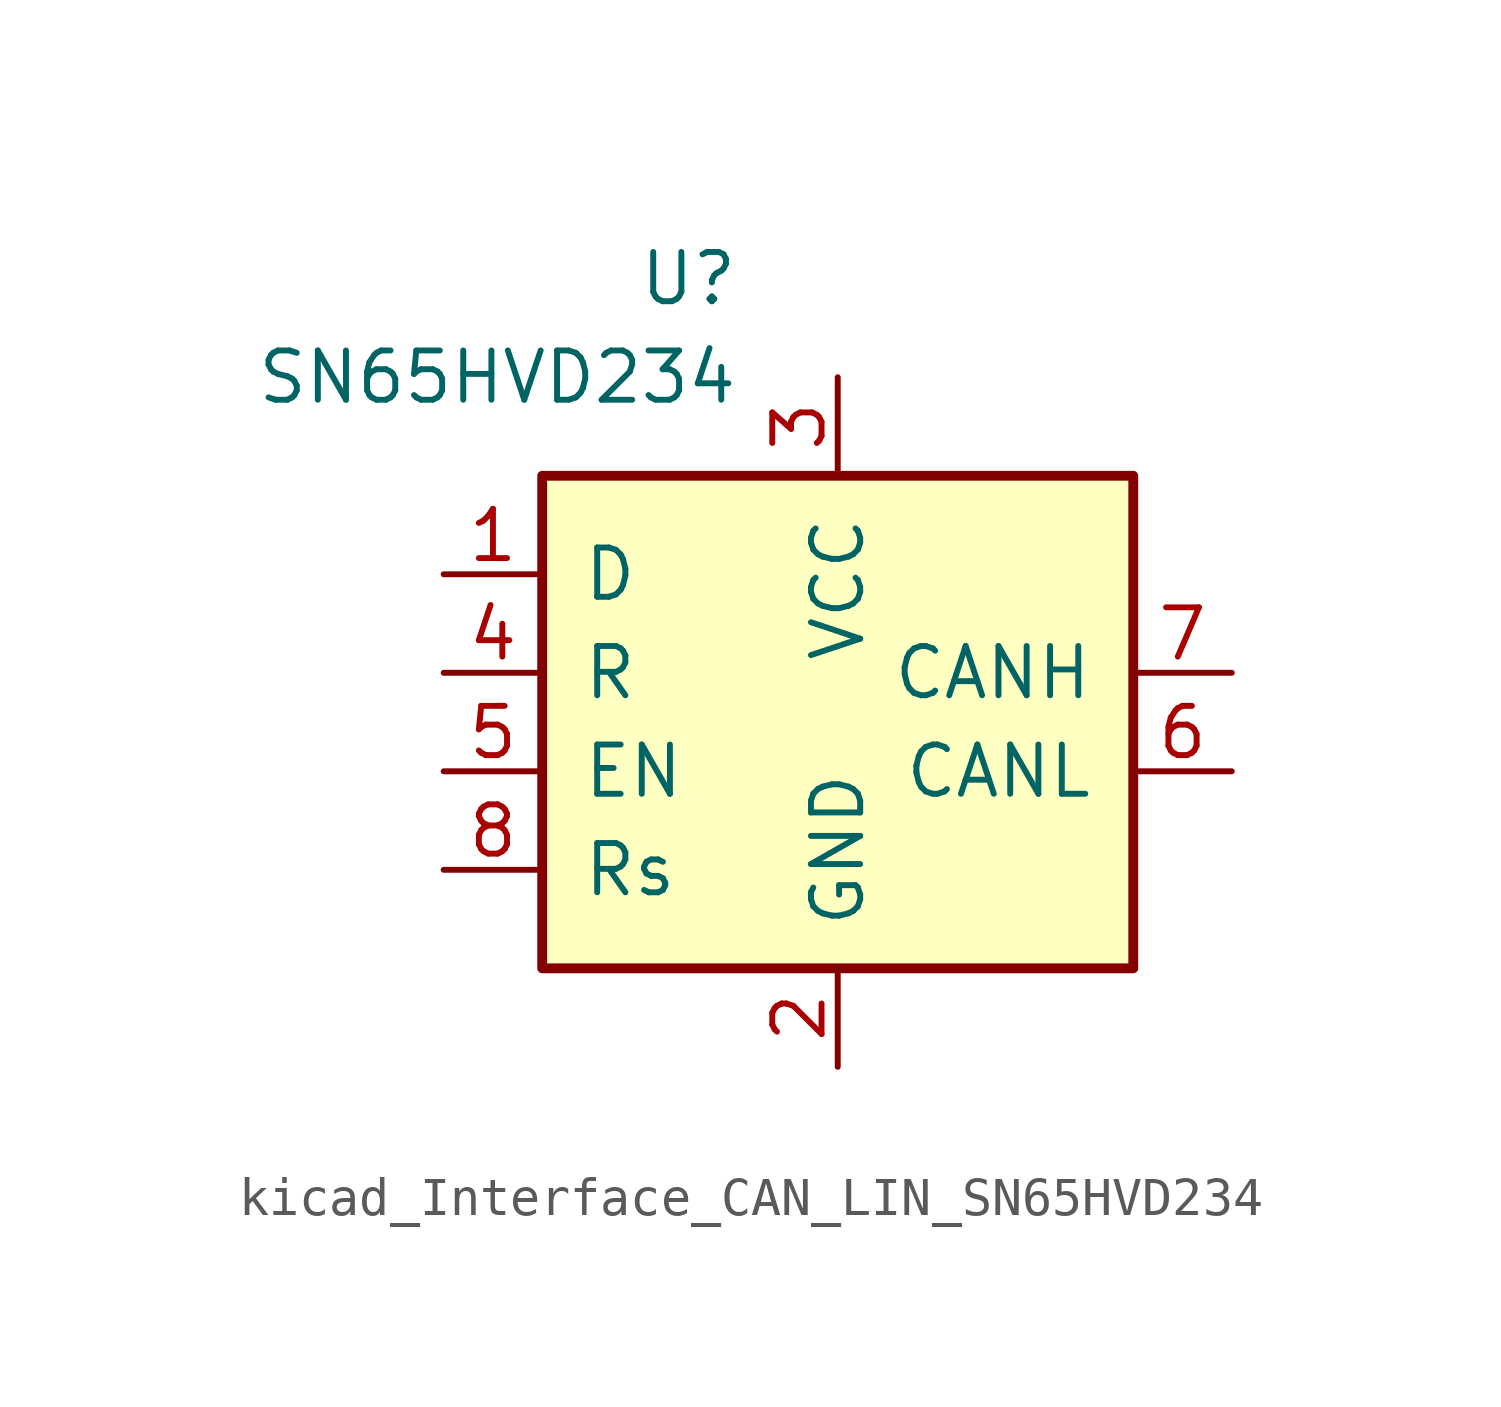
<source format=kicad_sym>
(kicad_symbol_lib
  (version 20220914)
  (generator kicad_symbol_editor)
  (symbol "kicad_Interface_CAN_LIN_SN65HVD234"
    (pin_names
      (offset 1.016))
    (property "Reference" "U"
      (at -2.54 10.16 0)
      (effects (font (size 1.27 1.27)) (justify right)))
    (property "Value" "SN65HVD234"
      (at -2.54 7.62 0)
      (effects (font (size 1.27 1.27)) (justify right)))
    (symbol "kicad_Interface_CAN_LIN_SN65HVD234_0_1"
      (rectangle (start -7.62 5.08) (end 7.62 -7.62) (stroke (width 0.254) (type default)) (fill (type background))))
    (symbol "kicad_Interface_CAN_LIN_SN65HVD234_1_1"
      (pin input line (at -10.16 2.54 0) (length 2.54) (name "D" (effects (font (size 1.27 1.27)))) (number "1" (effects (font (size 1.27 1.27)))))
      (pin power_in line (at 0 -10.16 90) (length 2.54) (name "GND" (effects (font (size 1.27 1.27)))) (number "2" (effects (font (size 1.27 1.27)))))
      (pin power_in line (at 0 7.62 270) (length 2.54) (name "VCC" (effects (font (size 1.27 1.27)))) (number "3" (effects (font (size 1.27 1.27)))))
      (pin output line (at -10.16 0 0) (length 2.54) (name "R" (effects (font (size 1.27 1.27)))) (number "4" (effects (font (size 1.27 1.27)))))
      (pin input line (at -10.16 -2.54 0) (length 2.54) (name "EN" (effects (font (size 1.27 1.27)))) (number "5" (effects (font (size 1.27 1.27)))))
      (pin bidirectional line (at 10.16 -2.54 180) (length 2.54) (name "CANL" (effects (font (size 1.27 1.27)))) (number "6" (effects (font (size 1.27 1.27)))))
      (pin bidirectional line (at 10.16 0 180) (length 2.54) (name "CANH" (effects (font (size 1.27 1.27)))) (number "7" (effects (font (size 1.27 1.27)))))
      (pin input line (at -10.16 -5.08 0) (length 2.54) (name "Rs" (effects (font (size 1.27 1.27)))) (number "8" (effects (font (size 1.27 1.27))))))))
</source>
